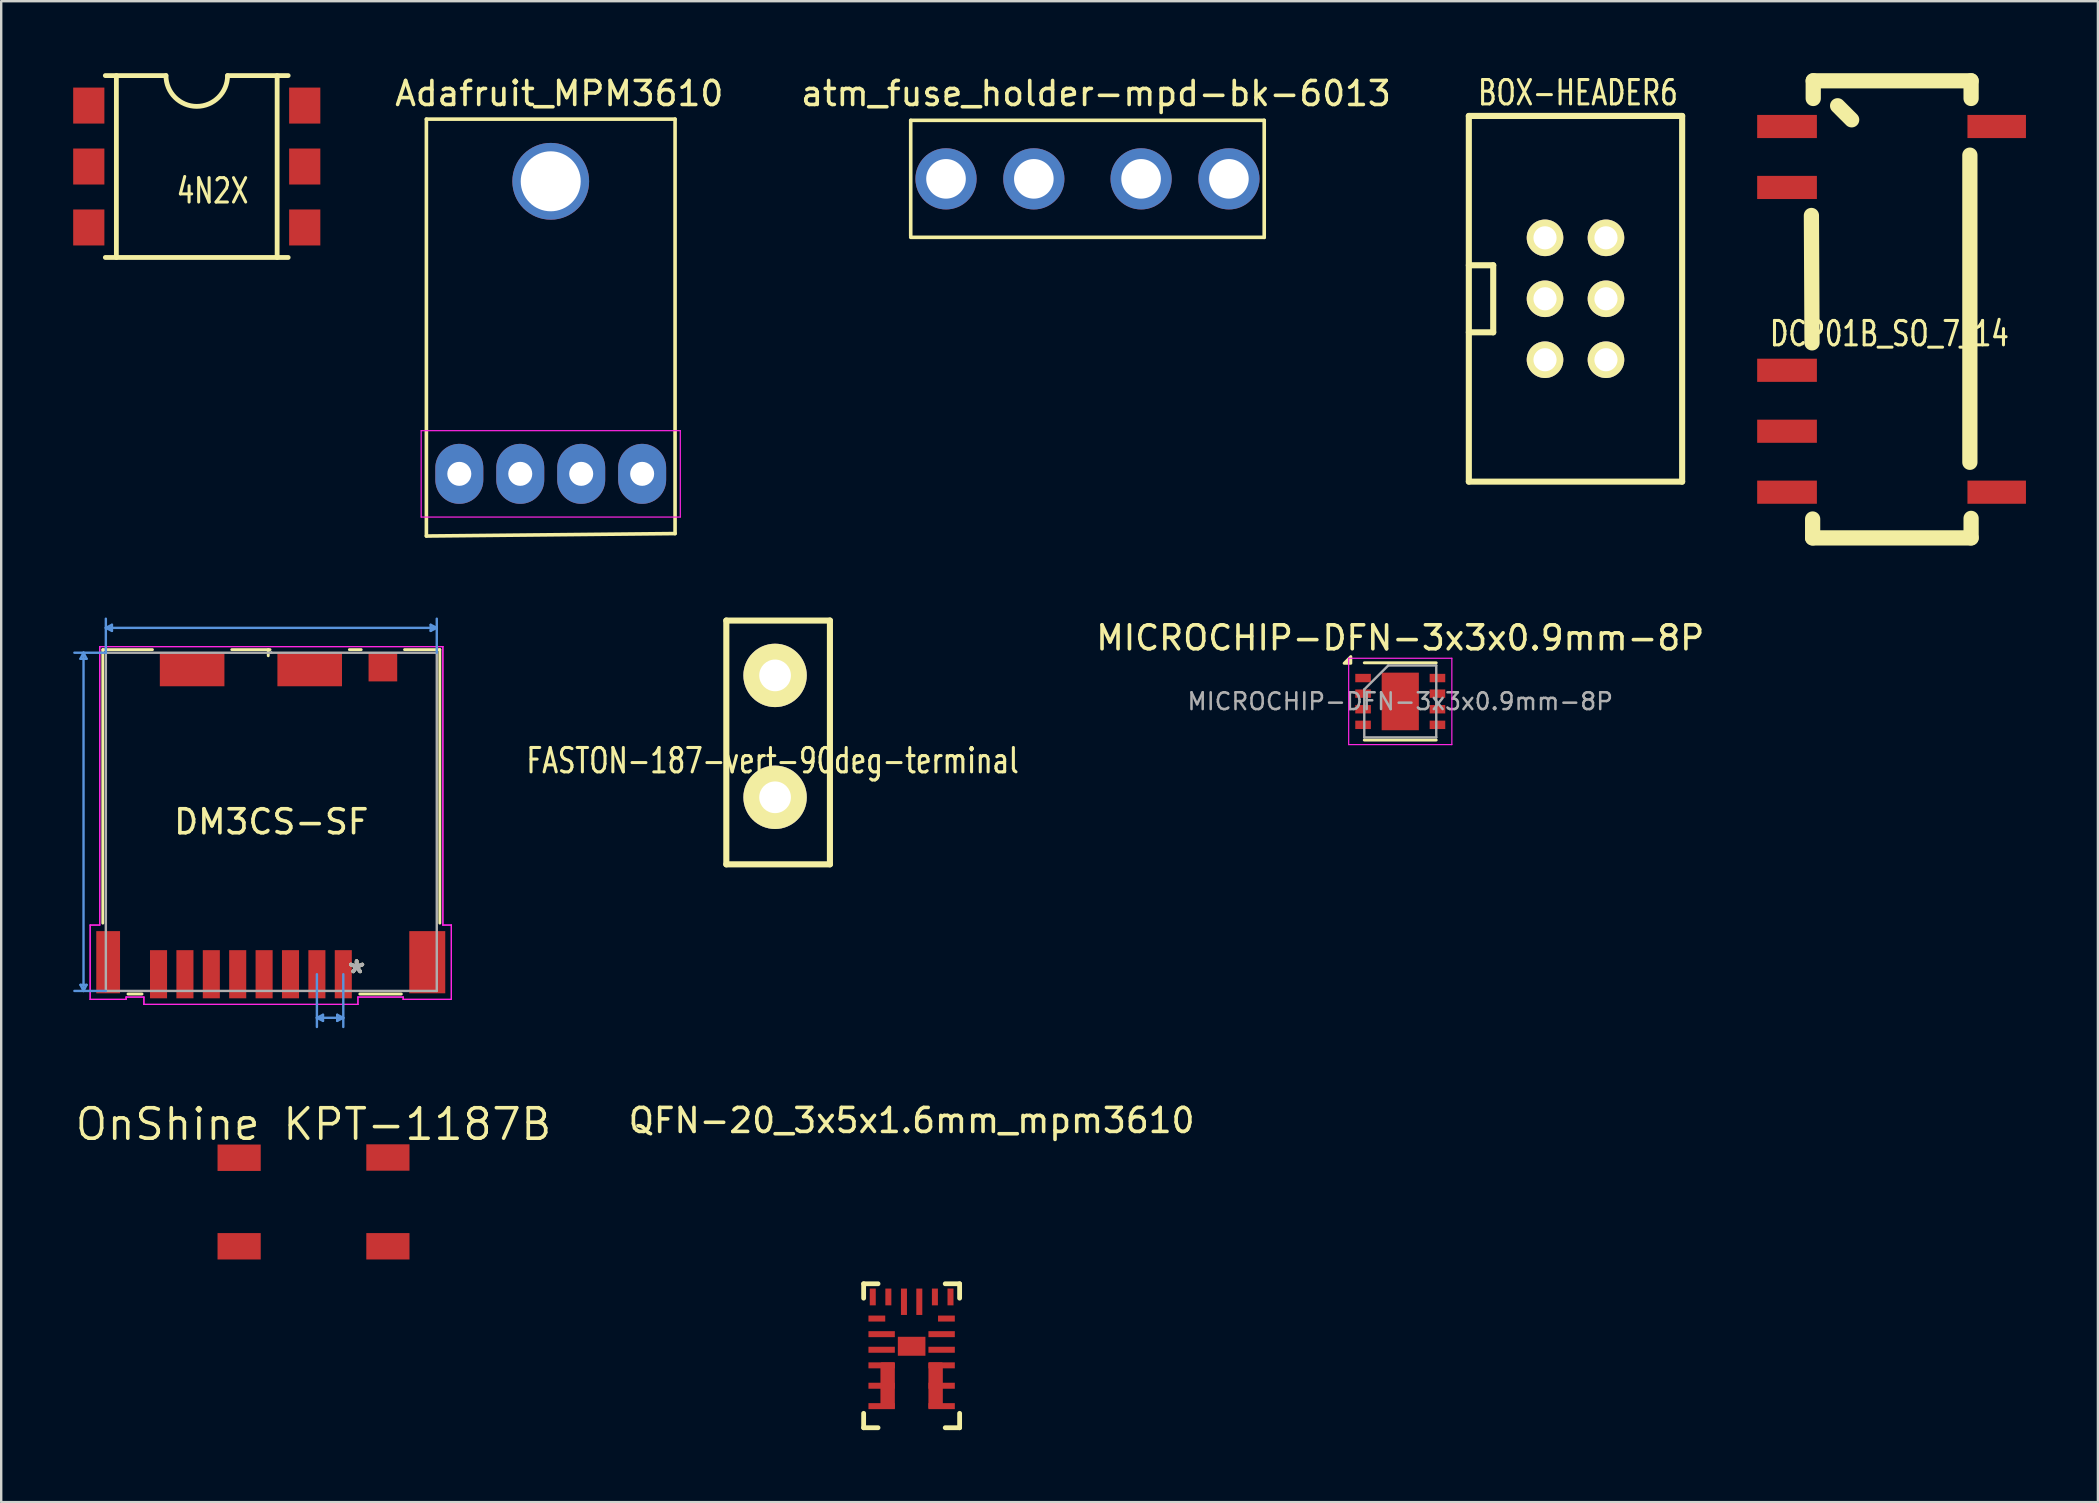
<source format=kicad_pcb>
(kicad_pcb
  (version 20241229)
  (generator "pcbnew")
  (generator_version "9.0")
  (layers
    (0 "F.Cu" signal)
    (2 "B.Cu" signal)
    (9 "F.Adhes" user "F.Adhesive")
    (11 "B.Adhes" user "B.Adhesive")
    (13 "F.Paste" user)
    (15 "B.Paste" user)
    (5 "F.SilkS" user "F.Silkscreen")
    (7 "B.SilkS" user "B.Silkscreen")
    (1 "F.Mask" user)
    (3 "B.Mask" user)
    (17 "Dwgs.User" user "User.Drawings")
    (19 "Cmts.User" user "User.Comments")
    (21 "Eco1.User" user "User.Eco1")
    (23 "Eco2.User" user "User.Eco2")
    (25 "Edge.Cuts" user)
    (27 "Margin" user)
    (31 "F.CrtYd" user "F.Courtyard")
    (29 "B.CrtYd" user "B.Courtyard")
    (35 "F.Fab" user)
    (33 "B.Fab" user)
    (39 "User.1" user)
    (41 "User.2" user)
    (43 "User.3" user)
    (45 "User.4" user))
  (footprint "QFN-20_3x5x1.6mm_mpm3610"
    (layer "F.Cu")
    (at 34.943 53.452)
    (property "Reference" "QFN-20_3x5x1.6mm_mpm3610" (at 0 -9.804 0) (layer "F.SilkS") (effects (font (size 1 1) (thickness 0.15))))
    (attr through_hole)
    (fp_poly (pts (xy -0.75 2.16) (xy -1.25 2.16) (xy -1.25 0.325) (xy -0.75 0.325)) (stroke (width 0.1) (type solid)) (fill yes) (layer "F.Cu"))
    (fp_poly (pts (xy 0.75 2.16) (xy 1.25 2.16) (xy 1.25 0.325) (xy 0.75 0.325)) (stroke (width 0.1) (type solid)) (fill yes) (layer "F.Cu"))
    (fp_line (start -2 -3) (end -2 -2.4) (stroke (width 0.2) (type solid)) (layer "F.SilkS"))
    (fp_line (start -2 -3) (end -1.4 -3) (stroke (width 0.2) (type solid)) (layer "F.SilkS"))
    (fp_line (start -2 3) (end -2 2.4) (stroke (width 0.2) (type solid)) (layer "F.SilkS"))
    (fp_line (start -2 3) (end -1.4 3) (stroke (width 0.2) (type solid)) (layer "F.SilkS"))
    (fp_line (start 2 -3) (end 1.4 -3) (stroke (width 0.2) (type solid)) (layer "F.SilkS"))
    (fp_line (start 2 -3) (end 2 -2.4) (stroke (width 0.2) (type solid)) (layer "F.SilkS"))
    (fp_line (start 2 3) (end 1.4 3) (stroke (width 0.2) (type solid)) (layer "F.SilkS"))
    (fp_line (start 2 3) (end 2 2.4) (stroke (width 0.2) (type solid)) (layer "F.SilkS"))
    (pad "1" smd rect (at -1.45 -1.55) (size 0.7 0.25) (layers "F.Cu" "F.Mask" "F.Paste"))
    (pad "2" smd rect (at -1.25 -0.9) (size 1.1 0.25) (layers "F.Cu" "F.Mask" "F.Paste"))
    (pad "3" smd rect (at -1.25 -0.25) (size 1.1 0.25) (layers "F.Cu" "F.Mask" "F.Paste"))
    (pad "4" smd rect (at -1.25 0.4) (size 1.1 0.25) (layers "F.Cu" "F.Mask" "F.Paste"))
    (pad "5" smd rect (at -1.25 1.25) (size 1.1 0.25) (layers "F.Cu" "F.Mask" "F.Paste"))
    (pad "6" smd rect (at -1.25 2.1) (size 1.1 0.25) (layers "F.Cu" "F.Mask" "F.Paste"))
    (pad "7" smd rect (at 1.25 2.1) (size 1.1 0.25) (layers "F.Cu" "F.Mask" "F.Paste"))
    (pad "8" smd rect (at 1.25 1.25) (size 1.1 0.25) (layers "F.Cu" "F.Mask" "F.Paste"))
    (pad "9" smd rect (at 1.25 0.4) (size 1.1 0.25) (layers "F.Cu" "F.Mask" "F.Paste"))
    (pad "10" smd rect (at 1.25 -0.25) (size 1.1 0.25) (layers "F.Cu" "F.Mask" "F.Paste"))
    (pad "11" smd rect (at 1.25 -0.9) (size 1.1 0.25) (layers "F.Cu" "F.Mask" "F.Paste"))
    (pad "12" smd rect (at 1.45 -1.55) (size 0.7 0.25) (layers "F.Cu" "F.Mask" "F.Paste"))
    (pad "13" smd rect (at 1.62 -2.45) (size 0.25 0.7) (layers "F.Cu" "F.Mask" "F.Paste"))
    (pad "14" smd rect (at 0.97 -2.45) (size 0.25 0.7) (layers "F.Cu" "F.Mask" "F.Paste"))
    (pad "15" smd rect (at 0.32 -2.25) (size 0.25 1.1) (layers "F.Cu" "F.Mask" "F.Paste"))
    (pad "16" smd rect (at -0.32 -2.25) (size 0.25 1.1) (layers "F.Cu" "F.Mask" "F.Paste"))
    (pad "17" smd rect (at -0.97 -2.45) (size 0.25 0.7) (layers "F.Cu" "F.Mask" "F.Paste"))
    (pad "18" smd rect (at -1.62 -2.45) (size 0.25 0.7) (layers "F.Cu" "F.Mask" "F.Paste"))
    (pad "19" smd rect (at 0 -0.395) (size 1.15 0.79) (layers "F.Cu" "F.Mask" "F.Paste")))
  (footprint "FASTON-187-vert-90deg-terminal"
    (layer "F.Cu")
    (at 29.252 27.638)
    (property "Reference" "FASTON-187-vert-90deg-terminal" (at -0.102 1.016 0) (layer "F.SilkS") (effects (font (size 1.016 0.762) (thickness 0.127))))
    (attr through_hole)
    (fp_line (start -2.032 -4.826) (end 2.286 -4.826) (stroke (width 0.254) (type solid)) (layer "F.SilkS"))
    (fp_line (start -2.032 5.334) (end -2.032 -4.826) (stroke (width 0.254) (type solid)) (layer "F.SilkS"))
    (fp_line (start 2.286 -4.826) (end 2.286 5.334) (stroke (width 0.254) (type solid)) (layer "F.SilkS"))
    (fp_line (start 2.286 5.334) (end -2.032 5.334) (stroke (width 0.254) (type solid)) (layer "F.SilkS"))
    (pad "1" thru_hole circle (at 0 -2.54) (size 2.642 2.642) (drill 1.321) (layers "*.Cu" "*.Mask" "F.SilkS"))
    (pad "1" thru_hole circle (at 0 2.54) (size 2.642 2.642) (drill 1.321) (layers "*.Cu" "*.Mask" "F.SilkS")))
  (footprint "BOX-HEADER6"
    (layer "F.Cu")
    (at 61.34 6.862)
    (property "Reference" "BOX-HEADER6" (at 1.372 -6.045 0) (layer "F.SilkS") (effects (font (size 1.016 0.762) (thickness 0.127))))
    (attr through_hole)
    (fp_line (start -3.175 1.143) (end -2.159 1.143) (stroke (width 0.254) (type solid)) (layer "F.SilkS"))
    (fp_line (start -3.175 10.16) (end -3.175 -5.08) (stroke (width 0.254) (type solid)) (layer "F.SilkS"))
    (fp_line (start -3.175 10.16) (end 5.715 10.16) (stroke (width 0.254) (type solid)) (layer "F.SilkS"))
    (fp_line (start -2.159 1.143) (end -2.159 3.937) (stroke (width 0.254) (type solid)) (layer "F.SilkS"))
    (fp_line (start -2.159 3.937) (end -3.175 3.937) (stroke (width 0.254) (type solid)) (layer "F.SilkS"))
    (fp_line (start 5.715 -5.08) (end -3.175 -5.08) (stroke (width 0.254) (type solid)) (layer "F.SilkS"))
    (fp_line (start 5.715 10.16) (end 5.715 -5.08) (stroke (width 0.254) (type solid)) (layer "F.SilkS"))
    (pad "1" thru_hole circle (at 0 0) (size 1.524 1.524) (drill 0.965) (layers "*.Cu" "*.Mask" "F.SilkS"))
    (pad "2" thru_hole circle (at 2.54 0) (size 1.524 1.524) (drill 0.965) (layers "*.Cu" "*.Mask" "F.SilkS"))
    (pad "3" thru_hole circle (at 0 2.54) (size 1.524 1.524) (drill 0.965) (layers "*.Cu" "*.Mask" "F.SilkS"))
    (pad "4" thru_hole circle (at 2.54 2.54) (size 1.524 1.524) (drill 0.965) (layers "*.Cu" "*.Mask" "F.SilkS"))
    (pad "5" thru_hole circle (at 0 5.08) (size 1.524 1.524) (drill 0.965) (layers "*.Cu" "*.Mask" "F.SilkS"))
    (pad "6" thru_hole circle (at 2.54 5.08) (size 1.524 1.524) (drill 0.965) (layers "*.Cu" "*.Mask" "F.SilkS")))
  (footprint "OnShine KPT-1187B"
    (layer "F.Cu")
    (at 10.296 47.18)
    (property "Reference" "OnShine KPT-1187B" (at -0.28 -3.375 0) (unlocked yes) (layer "F.SilkS") (effects (font (size 1.27 1.27) (thickness 0.15))))
    (pad "1" smd rect (at -3.38 -1.98) (size 1.8 1.1) (layers "F.Cu" "F.Mask" "F.Paste"))
    (pad "2" smd rect (at -3.38 1.71) (size 1.8 1.1) (layers "F.Cu" "F.Mask" "F.Paste"))
    (pad "3" smd rect (at 2.82 -1.99) (size 1.8 1.1) (layers "F.Cu" "F.Mask" "F.Paste"))
    (pad "4" smd rect (at 2.82 1.71) (size 1.8 1.1) (layers "F.Cu" "F.Mask" "F.Paste")))
  (footprint "atm_fuse_holder-mpd-bk-6013"
    (layer "F.Cu")
    (at 42.271 4.404)
    (property "Reference" "atm_fuse_holder-mpd-bk-6013" (at 0.356 -3.556 0) (layer "F.SilkS") (effects (font (size 1 1) (thickness 0.15))))
    (attr through_hole)
    (fp_line (start -7.366 -2.438) (end 7.366 -2.438) (stroke (width 0.15) (type solid)) (layer "F.SilkS"))
    (fp_line (start -7.366 2.388) (end -7.366 -2.438) (stroke (width 0.15) (type solid)) (layer "F.SilkS"))
    (fp_line (start 7.366 -2.438) (end 7.366 2.438) (stroke (width 0.15) (type solid)) (layer "F.SilkS"))
    (fp_line (start 7.366 2.438) (end -7.366 2.438) (stroke (width 0.15) (type solid)) (layer "F.SilkS"))
    (pad "1" thru_hole circle (at -5.895 0) (size 2.55 2.55) (drill 1.65) (layers "*.Cu" "*.Mask"))
    (pad "1" thru_hole circle (at -2.235 0) (size 2.55 2.55) (drill 1.65) (layers "*.Cu" "*.Mask"))
    (pad "2" thru_hole circle (at 2.235 0) (size 2.55 2.55) (drill 1.65) (layers "*.Cu" "*.Mask"))
    (pad "2" thru_hole circle (at 5.895 0) (size 2.55 2.55) (drill 1.65) (layers "*.Cu" "*.Mask")))
  (footprint "Adafruit_MPM3610"
    (layer "F.Cu")
    (at 19.902 16.698)
    (property "Reference" "Adafruit_MPM3610" (at 0.356 -15.85 0) (layer "F.SilkS") (effects (font (size 1 1) (thickness 0.15))))
    (attr through_hole)
    (fp_line (start -5.182 -14.783) (end -5.182 2.591) (stroke (width 0.15) (type solid)) (layer "F.SilkS"))
    (fp_line (start -5.182 2.591) (end 5.182 2.489) (stroke (width 0.15) (type solid)) (layer "F.SilkS"))
    (fp_line (start 5.182 -14.783) (end -5.182 -14.783) (stroke (width 0.15) (type solid)) (layer "F.SilkS"))
    (fp_line (start 5.182 2.489) (end 5.182 -14.783) (stroke (width 0.15) (type solid)) (layer "F.SilkS"))
    (fp_line (start -5.4 -1.8) (end 5.4 -1.8) (stroke (width 0.05) (type solid)) (layer "F.CrtYd"))
    (fp_line (start -5.4 1.8) (end -5.4 -1.8) (stroke (width 0.05) (type solid)) (layer "F.CrtYd"))
    (fp_line (start 5.4 -1.8) (end 5.4 1.8) (stroke (width 0.05) (type solid)) (layer "F.CrtYd"))
    (fp_line (start 5.4 1.8) (end -5.4 1.8) (stroke (width 0.05) (type solid)) (layer "F.CrtYd"))
    (pad "1" thru_hole oval (at -3.81 0) (size 2 2.5) (drill 1) (layers "*.Cu" "*.Mask"))
    (pad "2" thru_hole oval (at -1.27 0) (size 2 2.5) (drill 1) (layers "*.Cu" "*.Mask"))
    (pad "3" thru_hole oval (at 1.27 0) (size 2 2.5) (drill 1) (layers "*.Cu" "*.Mask"))
    (pad "4" thru_hole oval (at 3.81 0) (size 2 2.5) (drill 1) (layers "*.Cu" "*.Mask"))
    (pad "5" thru_hole circle (at 0 -12.192) (size 3.2 3.2) (drill 2.5) (layers "*.Cu" "*.Mask")))
  (footprint "DCP01B_SO_7_14"
    (layer "F.Cu")
    (at 75.795 9.842)
    (property "Reference" "DCP01B_SO_7_14" (at -0.102 1.016 0) (layer "F.SilkS") (effects (font (size 1.016 0.762) (thickness 0.127))))
    (attr through_hole)
    (fp_line (start -3.353 -3.912) (end -3.327 1.397) (stroke (width 0.635) (type solid)) (layer "F.SilkS"))
    (fp_line (start -3.302 9.525) (end -3.302 8.738) (stroke (width 0.635) (type solid)) (layer "F.SilkS"))
    (fp_line (start -3.302 9.525) (end 3.302 9.525) (stroke (width 0.635) (type solid)) (layer "F.SilkS"))
    (fp_line (start -3.277 -9.525) (end -3.277 -8.788) (stroke (width 0.635) (type solid)) (layer "F.SilkS"))
    (fp_line (start -2.261 -8.484) (end -1.676 -7.899) (stroke (width 0.635) (type solid)) (layer "F.SilkS"))
    (fp_line (start 3.251 6.375) (end 3.251 -6.426) (stroke (width 0.635) (type solid)) (layer "F.SilkS"))
    (fp_line (start 3.302 -9.525) (end -3.277 -9.525) (stroke (width 0.635) (type solid)) (layer "F.SilkS"))
    (fp_line (start 3.302 -9.525) (end 3.302 -8.788) (stroke (width 0.635) (type solid)) (layer "F.SilkS"))
    (fp_line (start 3.302 9.525) (end 3.302 8.712) (stroke (width 0.635) (type solid)) (layer "F.SilkS"))
    (pad "1" smd rect (at -4.369 -7.62) (size 2.489 0.965) (layers "F.Cu" "F.Mask" "F.Paste"))
    (pad "2" smd rect (at -4.369 -5.08) (size 2.489 0.965) (layers "F.Cu" "F.Mask" "F.Paste"))
    (pad "5" smd rect (at -4.369 2.54) (size 2.489 0.965) (layers "F.Cu" "F.Mask" "F.Paste"))
    (pad "6" smd rect (at -4.369 5.08) (size 2.489 0.965) (layers "F.Cu" "F.Mask" "F.Paste"))
    (pad "7" smd rect (at -4.369 7.62) (size 2.489 0.965) (layers "F.Cu" "F.Mask" "F.Paste"))
    (pad "8" smd rect (at 4.369 7.62) (size 2.438 0.965) (layers "F.Cu" "F.Mask" "F.Paste"))
    (pad "14" smd rect (at 4.369 -7.62) (size 2.438 0.965) (layers "F.Cu" "F.Mask" "F.Paste")))
  (footprint "DM3CS-SF"
    (layer "F.Cu")
    (at 8.257 31.2)
    (property "Reference" "DM3CS-SF" (at 0 0 0) (layer "F.SilkS") (effects (font (size 1 1) (thickness 0.15))))
    (attr through_hole)
    (fp_line (start -7.023 -7.176) (end -7.023 4.223) (stroke (width 0.12) (type solid)) (layer "F.SilkS"))
    (fp_line (start -5.973 7.176) (end -5.388 7.176) (stroke (width 0.12) (type solid)) (layer "F.SilkS"))
    (fp_line (start -4.953 -7.176) (end -7.023 -7.176) (stroke (width 0.12) (type solid)) (layer "F.SilkS"))
    (fp_line (start -0.127 -7.176) (end -0.127 -6.921) (stroke (width 0.12) (type solid)) (layer "F.SilkS"))
    (fp_line (start -0.053 -7.176) (end -1.647 -7.176) (stroke (width 0.12) (type solid)) (layer "F.SilkS"))
    (fp_line (start 3.688 7.176) (end 5.419 7.176) (stroke (width 0.12) (type solid)) (layer "F.SilkS"))
    (fp_line (start 3.747 -7.176) (end 3.253 -7.176) (stroke (width 0.12) (type solid)) (layer "F.SilkS"))
    (fp_line (start 7.023 -7.176) (end 5.553 -7.176) (stroke (width 0.12) (type solid)) (layer "F.SilkS"))
    (fp_line (start 7.023 4.223) (end 7.023 -7.176) (stroke (width 0.12) (type solid)) (layer "F.SilkS"))
    (fp_line (start -7.953 6.795) (end -7.826 7.048) (stroke (width 0.1) (type solid)) (layer "Cmts.User"))
    (fp_line (start -7.953 -6.795) (end -7.826 -7.048) (stroke (width 0.1) (type solid)) (layer "Cmts.User"))
    (fp_line (start -7.953 -6.795) (end -7.699 -6.795) (stroke (width 0.1) (type solid)) (layer "Cmts.User"))
    (fp_line (start -7.826 -7.048) (end -7.826 7.048) (stroke (width 0.1) (type solid)) (layer "Cmts.User"))
    (fp_line (start -7.699 6.795) (end -7.953 6.795) (stroke (width 0.1) (type solid)) (layer "Cmts.User"))
    (fp_line (start -7.699 6.795) (end -7.826 7.048) (stroke (width 0.1) (type solid)) (layer "Cmts.User"))
    (fp_line (start -7.699 -6.795) (end -7.826 -7.048) (stroke (width 0.1) (type solid)) (layer "Cmts.User"))
    (fp_line (start -6.896 -8.084) (end 6.896 -8.084) (stroke (width 0.1) (type solid)) (layer "Cmts.User"))
    (fp_line (start -6.896 -7.048) (end -8.207 -7.048) (stroke (width 0.1) (type solid)) (layer "Cmts.User"))
    (fp_line (start -6.896 -7.048) (end -6.896 -8.465) (stroke (width 0.1) (type solid)) (layer "Cmts.User"))
    (fp_line (start -6.896 7.048) (end -8.207 7.048) (stroke (width 0.1) (type solid)) (layer "Cmts.User"))
    (fp_line (start -6.642 -8.211) (end -6.896 -8.084) (stroke (width 0.1) (type solid)) (layer "Cmts.User"))
    (fp_line (start -6.642 -7.957) (end -6.896 -8.084) (stroke (width 0.1) (type solid)) (layer "Cmts.User"))
    (fp_line (start -6.642 -7.957) (end -6.642 -8.211) (stroke (width 0.1) (type solid)) (layer "Cmts.User"))
    (fp_line (start 1.9 6.352) (end 1.9 8.55) (stroke (width 0.1) (type solid)) (layer "Cmts.User"))
    (fp_line (start 2.154 8.296) (end 1.9 8.169) (stroke (width 0.1) (type solid)) (layer "Cmts.User"))
    (fp_line (start 2.154 8.296) (end 2.154 8.042) (stroke (width 0.1) (type solid)) (layer "Cmts.User"))
    (fp_line (start 2.154 8.042) (end 1.9 8.169) (stroke (width 0.1) (type solid)) (layer "Cmts.User"))
    (fp_line (start 2.746 8.042) (end 2.746 8.296) (stroke (width 0.1) (type solid)) (layer "Cmts.User"))
    (fp_line (start 2.746 8.042) (end 3 8.169) (stroke (width 0.1) (type solid)) (layer "Cmts.User"))
    (fp_line (start 2.746 8.296) (end 3 8.169) (stroke (width 0.1) (type solid)) (layer "Cmts.User"))
    (fp_line (start 3 8.169) (end 1.9 8.169) (stroke (width 0.1) (type solid)) (layer "Cmts.User"))
    (fp_line (start 3 6.352) (end 3 8.55) (stroke (width 0.1) (type solid)) (layer "Cmts.User"))
    (fp_line (start 6.642 -7.957) (end 6.896 -8.084) (stroke (width 0.1) (type solid)) (layer "Cmts.User"))
    (fp_line (start 6.642 -8.211) (end 6.642 -7.957) (stroke (width 0.1) (type solid)) (layer "Cmts.User"))
    (fp_line (start 6.642 -8.211) (end 6.896 -8.084) (stroke (width 0.1) (type solid)) (layer "Cmts.User"))
    (fp_line (start 6.896 -7.048) (end 6.896 -8.465) (stroke (width 0.1) (type solid)) (layer "Cmts.User"))
    (fp_line (start -7.549 4.302) (end -7.549 7.401) (stroke (width 0.05) (type solid)) (layer "F.CrtYd"))
    (fp_line (start -7.549 4.302) (end -7.549 7.401) (stroke (width 0.05) (type solid)) (layer "F.CrtYd"))
    (fp_line (start -7.549 7.401) (end -6.051 7.401) (stroke (width 0.05) (type solid)) (layer "F.CrtYd"))
    (fp_line (start -7.549 7.401) (end -6.051 7.401) (stroke (width 0.05) (type solid)) (layer "F.CrtYd"))
    (fp_line (start -7.15 -7.303) (end -7.15 4.302) (stroke (width 0.05) (type solid)) (layer "F.CrtYd"))
    (fp_line (start -7.15 -7.303) (end -7.15 4.302) (stroke (width 0.05) (type solid)) (layer "F.CrtYd"))
    (fp_line (start -7.15 4.302) (end -7.549 4.302) (stroke (width 0.05) (type solid)) (layer "F.CrtYd"))
    (fp_line (start -7.15 4.302) (end -7.549 4.302) (stroke (width 0.05) (type solid)) (layer "F.CrtYd"))
    (fp_line (start -6.051 7.303) (end -5.31 7.303) (stroke (width 0.05) (type solid)) (layer "F.CrtYd"))
    (fp_line (start -6.051 7.303) (end -5.31 7.303) (stroke (width 0.05) (type solid)) (layer "F.CrtYd"))
    (fp_line (start -6.051 7.401) (end -6.051 7.303) (stroke (width 0.05) (type solid)) (layer "F.CrtYd"))
    (fp_line (start -6.051 7.401) (end -6.051 7.303) (stroke (width 0.05) (type solid)) (layer "F.CrtYd"))
    (fp_line (start -5.31 7.303) (end -5.31 7.609) (stroke (width 0.05) (type solid)) (layer "F.CrtYd"))
    (fp_line (start -5.31 7.303) (end -5.31 7.609) (stroke (width 0.05) (type solid)) (layer "F.CrtYd"))
    (fp_line (start -5.31 7.609) (end 3.61 7.609) (stroke (width 0.05) (type solid)) (layer "F.CrtYd"))
    (fp_line (start -5.31 7.609) (end 3.61 7.609) (stroke (width 0.05) (type solid)) (layer "F.CrtYd"))
    (fp_line (start 3.61 7.303) (end 5.497 7.303) (stroke (width 0.05) (type solid)) (layer "F.CrtYd"))
    (fp_line (start 3.61 7.303) (end 5.497 7.303) (stroke (width 0.05) (type solid)) (layer "F.CrtYd"))
    (fp_line (start 3.61 7.609) (end 3.61 7.303) (stroke (width 0.05) (type solid)) (layer "F.CrtYd"))
    (fp_line (start 3.61 7.609) (end 3.61 7.303) (stroke (width 0.05) (type solid)) (layer "F.CrtYd"))
    (fp_line (start 5.497 7.303) (end 5.497 7.401) (stroke (width 0.05) (type solid)) (layer "F.CrtYd"))
    (fp_line (start 5.497 7.303) (end 5.497 7.401) (stroke (width 0.05) (type solid)) (layer "F.CrtYd"))
    (fp_line (start 5.497 7.401) (end 7.503 7.401) (stroke (width 0.05) (type solid)) (layer "F.CrtYd"))
    (fp_line (start 5.497 7.401) (end 7.503 7.401) (stroke (width 0.05) (type solid)) (layer "F.CrtYd"))
    (fp_line (start 7.15 -7.303) (end -7.15 -7.303) (stroke (width 0.05) (type solid)) (layer "F.CrtYd"))
    (fp_line (start 7.15 -7.303) (end -7.15 -7.303) (stroke (width 0.05) (type solid)) (layer "F.CrtYd"))
    (fp_line (start 7.15 4.302) (end 7.15 -7.303) (stroke (width 0.05) (type solid)) (layer "F.CrtYd"))
    (fp_line (start 7.15 4.302) (end 7.15 -7.303) (stroke (width 0.05) (type solid)) (layer "F.CrtYd"))
    (fp_line (start 7.503 4.302) (end 7.15 4.302) (stroke (width 0.05) (type solid)) (layer "F.CrtYd"))
    (fp_line (start 7.503 4.302) (end 7.15 4.302) (stroke (width 0.05) (type solid)) (layer "F.CrtYd"))
    (fp_line (start 7.503 7.401) (end 7.503 4.302) (stroke (width 0.05) (type solid)) (layer "F.CrtYd"))
    (fp_line (start 7.503 7.401) (end 7.503 4.302) (stroke (width 0.05) (type solid)) (layer "F.CrtYd"))
    (fp_line (start -6.896 -7.048) (end -6.896 7.048) (stroke (width 0.1) (type solid)) (layer "F.Fab"))
    (fp_line (start -6.896 7.048) (end 6.896 7.048) (stroke (width 0.1) (type solid)) (layer "F.Fab"))
    (fp_line (start 0 -7.048) (end 0 -7.048) (stroke (width 0.1) (type solid)) (layer "F.Fab"))
    (fp_line (start 0 -7.048) (end 0 -7.048) (stroke (width 0.1) (type solid)) (layer "F.Fab"))
    (fp_line (start 0 -7.048) (end 0 -7.048) (stroke (width 0.1) (type solid)) (layer "F.Fab"))
    (fp_line (start 0 -7.048) (end 0 -7.048) (stroke (width 0.1) (type solid)) (layer "F.Fab"))
    (fp_line (start 6.896 -7.048) (end -6.896 -7.048) (stroke (width 0.1) (type solid)) (layer "F.Fab"))
    (fp_line (start 6.896 7.048) (end 6.896 -7.048) (stroke (width 0.1) (type solid)) (layer "F.Fab"))
    (fp_text user "*" (at 3.556 6.35 0) (layer "F.SilkS") (effects (font (size 1 1) (thickness 0.15))))
    (fp_text user "*" (at 3.556 6.35 0) (layer "F.SilkS") (effects (font (size 1 1) (thickness 0.15))))
    (fp_text user "Copyright 2021 Accelerated Designs. All rights reserved." (at 0 0 0) (layer "Cmts.User") (effects (font (size 0.127 0.127) (thickness 0.002))))
    (fp_text user "*" (at 3.556 6.35 0) (layer "F.Fab") (effects (font (size 1 1) (thickness 0.15))))
    (fp_text user "*" (at 3.556 6.35 0) (layer "F.Fab") (effects (font (size 1 1) (thickness 0.15))))
    (pad "1" smd rect (at 3 6.352) (size 0.711 2.007) (layers "F.Cu" "F.Mask" "F.Paste"))
    (pad "2" smd rect (at 1.9 6.352) (size 0.711 2.007) (layers "F.Cu" "F.Mask" "F.Paste"))
    (pad "3" smd rect (at 0.8 6.352) (size 0.711 2.007) (layers "F.Cu" "F.Mask" "F.Paste"))
    (pad "4" smd rect (at -0.3 6.352) (size 0.711 2.007) (layers "F.Cu" "F.Mask" "F.Paste"))
    (pad "5" smd rect (at -1.4 6.352) (size 0.711 2.007) (layers "F.Cu" "F.Mask" "F.Paste"))
    (pad "6" smd rect (at -2.5 6.352) (size 0.711 2.007) (layers "F.Cu" "F.Mask" "F.Paste"))
    (pad "7" smd rect (at -3.6 6.352) (size 0.711 2.007) (layers "F.Cu" "F.Mask" "F.Paste"))
    (pad "8" smd rect (at -4.7 6.352) (size 0.711 2.007) (layers "F.Cu" "F.Mask" "F.Paste"))
    (pad "9" smd rect (at 1.6 -6.348) (size 2.692 1.397) (layers "F.Cu" "F.Mask" "F.Paste"))
    (pad "10" smd rect (at -6.8 5.851) (size 0.991 2.591) (layers "F.Cu" "F.Mask" "F.Paste"))
    (pad "11" smd rect (at -3.3 -6.348) (size 2.692 1.397) (layers "F.Cu" "F.Mask" "F.Paste"))
    (pad "12" smd rect (at 4.65 -6.449) (size 1.194 1.194) (layers "F.Cu" "F.Mask" "F.Paste"))
    (pad "13" smd rect (at 6.5 5.851) (size 1.499 2.591) (layers "F.Cu" "F.Mask" "F.Paste")))
  (footprint "4N2X"
    (layer "F.Cu")
    (at 5.15 3.89)
    (property "Reference" "4N2X" (at 0.66 1.016 0) (layer "F.SilkS") (effects (font (size 1.016 0.762) (thickness 0.127))))
    (attr through_hole)
    (fp_line (start -3.81 -3.79) (end -1.283 -3.79) (stroke (width 0.2) (type solid)) (layer "F.SilkS"))
    (fp_line (start -3.81 3.79) (end 3.81 3.79) (stroke (width 0.2) (type solid)) (layer "F.SilkS"))
    (fp_line (start -3.35 3.79) (end -3.35 -3.79) (stroke (width 0.2) (type solid)) (layer "F.SilkS"))
    (fp_line (start 1.283 -3.79) (end 3.81 -3.79) (stroke (width 0.2) (type solid)) (layer "F.SilkS"))
    (fp_line (start 3.35 -3.79) (end 3.35 3.79) (stroke (width 0.2) (type solid)) (layer "F.SilkS"))
    (fp_arc (start 1.283208 -3.789934) (mid 0 -2.506726) (end -1.283208 -3.789934) (stroke (width 0.199898) (type solid)) (layer "F.SilkS"))
    (pad "1" smd rect (at -4.5 -2.54 90) (size 1.5 1.3) (layers "F.Cu" "F.Mask" "F.Paste"))
    (pad "2" smd rect (at -4.5 0 90) (size 1.5 1.3) (layers "F.Cu" "F.Mask" "F.Paste"))
    (pad "3" smd rect (at -4.5 2.54 90) (size 1.5 1.3) (layers "F.Cu" "F.Mask" "F.Paste"))
    (pad "4" smd rect (at 4.5 2.54 90) (size 1.5 1.3) (layers "F.Cu" "F.Mask" "F.Paste"))
    (pad "5" smd rect (at 4.5 0 90) (size 1.5 1.3) (layers "F.Cu" "F.Mask" "F.Paste"))
    (pad "6" smd rect (at 4.5 -2.54 90) (size 1.5 1.3) (layers "F.Cu" "F.Mask" "F.Paste")))
  (footprint "MICROCHIP-DFN-3x3x0.9mm-8P"
    (layer "F.Cu")
    (at 55.307 26.183)
    (property "Reference" "MICROCHIP-DFN-3x3x0.9mm-8P" (at 0 -2.65 0) (layer "F.SilkS") (effects (font (size 1 1) (thickness 0.15))))
    (attr smd)
    (fp_line (start -1.5 -1.61) (end 1.5 -1.61) (stroke (width 0.12) (type solid)) (layer "F.SilkS"))
    (fp_line (start -1.5 1.61) (end 1.5 1.61) (stroke (width 0.12) (type solid)) (layer "F.SilkS"))
    (fp_poly (pts (xy -2.06 -1.59) (xy -2.34 -1.59) (xy -2.06 -1.87) (xy -2.06 -1.59)) (stroke (width 0.12) (type solid)) (fill yes) (layer "F.SilkS"))
    (fp_line (start -2.15 -1.8) (end -2.15 1.8) (stroke (width 0.05) (type solid)) (layer "F.CrtYd"))
    (fp_line (start -2.15 -1.8) (end 2.15 -1.8) (stroke (width 0.05) (type solid)) (layer "F.CrtYd"))
    (fp_line (start -2.15 1.8) (end 2.15 1.8) (stroke (width 0.05) (type solid)) (layer "F.CrtYd"))
    (fp_line (start 2.15 -1.8) (end 2.15 1.8) (stroke (width 0.05) (type solid)) (layer "F.CrtYd"))
    (fp_line (start -1.5 -0.5) (end -0.5 -1.5) (stroke (width 0.1) (type solid)) (layer "F.Fab"))
    (fp_line (start -1.5 1.5) (end -1.5 -0.5) (stroke (width 0.1) (type solid)) (layer "F.Fab"))
    (fp_line (start -0.5 -1.5) (end 1.5 -1.5) (stroke (width 0.1) (type solid)) (layer "F.Fab"))
    (fp_line (start 1.5 -1.5) (end 1.5 1.5) (stroke (width 0.1) (type solid)) (layer "F.Fab"))
    (fp_line (start 1.5 1.5) (end -1.5 1.5) (stroke (width 0.1) (type solid)) (layer "F.Fab"))
    (fp_text user "${REFERENCE}" (at 0 0 0) (layer "F.Fab") (effects (font (size 0.7 0.7) (thickness 0.105))))
    (pad "" smd rect (at -0.512 -0.715) (size 0.8 1.2) (layers "F.Paste"))
    (pad "" smd rect (at -0.512 0.715) (size 0.8 1.2) (layers "F.Paste"))
    (pad "" smd rect (at 0.512 -0.715) (size 0.8 1.2) (layers "F.Paste"))
    (pad "" smd rect (at 0.512 0.715) (size 0.8 1.2) (layers "F.Paste"))
    (pad "1" smd rect (at -1.55 -0.975) (size 0.65 0.35) (layers "F.Cu" "F.Mask" "F.Paste"))
    (pad "2" smd rect (at -1.55 -0.325) (size 0.65 0.35) (layers "F.Cu" "F.Mask" "F.Paste"))
    (pad "3" smd rect (at -1.55 0.325) (size 0.65 0.35) (layers "F.Cu" "F.Mask" "F.Paste"))
    (pad "4" smd rect (at -1.55 0.975) (size 0.65 0.35) (layers "F.Cu" "F.Mask" "F.Paste"))
    (pad "5" smd rect (at 1.55 0.975) (size 0.65 0.35) (layers "F.Cu" "F.Mask" "F.Paste"))
    (pad "6" smd rect (at 1.55 0.325) (size 0.65 0.35) (layers "F.Cu" "F.Mask" "F.Paste"))
    (pad "7" smd rect (at 1.55 -0.325) (size 0.65 0.35) (layers "F.Cu" "F.Mask" "F.Paste"))
    (pad "8" smd rect (at 1.55 -0.975) (size 0.65 0.35) (layers "F.Cu" "F.Mask" "F.Paste"))
    (pad "9" smd rect (at 0 0) (size 1.55 2.4) (layers "F.Cu" "F.Mask")))
  (gr_rect
    (start -3 -3)
    (end 84.383 59.552)
    (stroke (width 0.1) (type default))
    (fill no)
    (layer "Edge.Cuts")))
</source>
